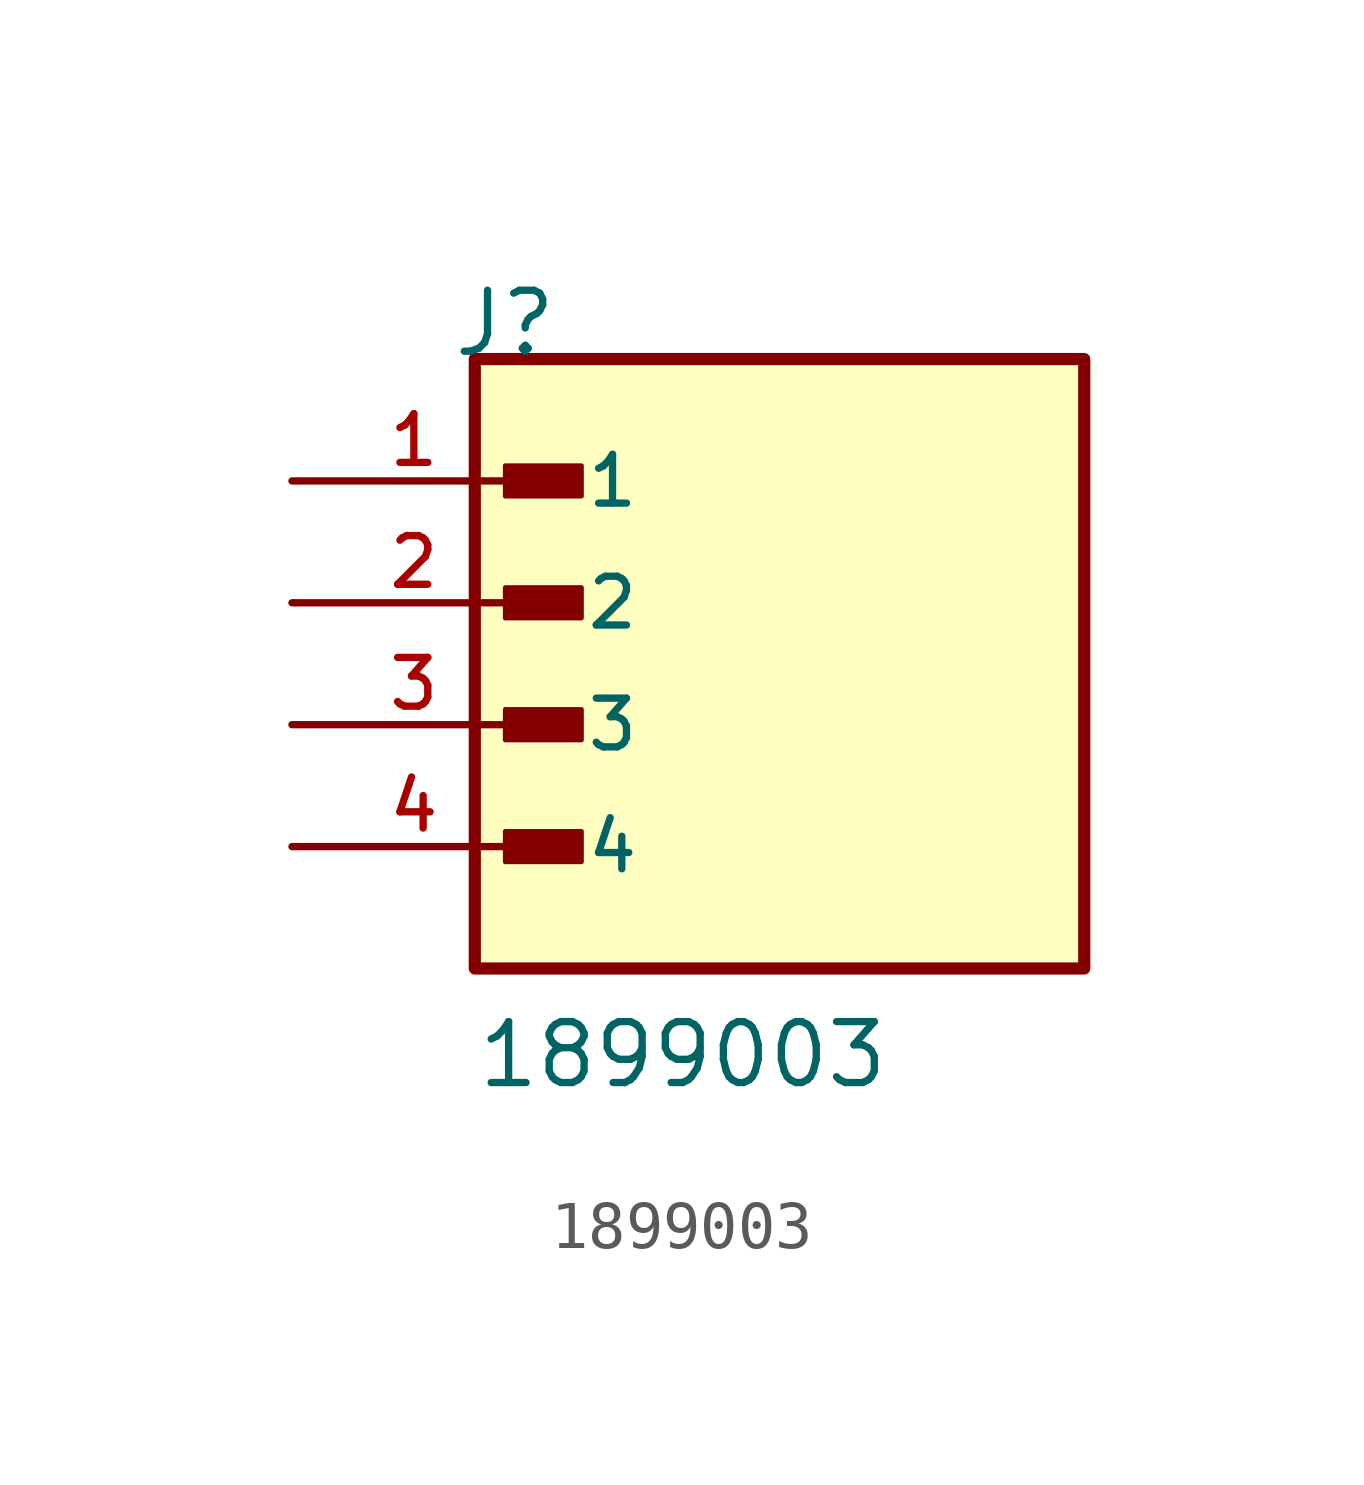
<source format=kicad_sym>
(kicad_symbol_lib
  (version 20211014)
  (generator kicad_symbol_editor)
  (symbol "1899003"
    (pin_names
      (offset 1.016))
    (property "Reference" "J"
      (at -6.85 7.62 0)
      (effects (font (size 1.27 1.27)) (justify bottom left)))
    (property "Value" "1899003"
      (at -6.35 -7.62 0)
      (effects (font (size 1.27 1.27)) (justify bottom left)))
    (symbol "1899003_0_0"
      (rectangle (start -5.715 4.763) (end -4.128 5.397) (stroke (width 0.1)) (fill (type outline)))
      (rectangle (start -5.715 2.223) (end -4.128 2.857) (stroke (width 0.1)) (fill (type outline)))
      (rectangle (start -5.715 -0.318) (end -4.128 0.318) (stroke (width 0.1)) (fill (type outline)))
      (rectangle (start -5.715 -2.857) (end -4.128 -2.223) (stroke (width 0.1)) (fill (type outline)))
      (rectangle (start -6.35 -5.08) (end 6.35 7.62) (stroke (width 0.254)) (fill (type background)))
      (pin passive line (at -10.16 5.08 0) (length 5.08) (name "1" (effects (font (size 1.016 1.016)))) (number "1" (effects (font (size 1.016 1.016)))))
      (pin passive line (at -10.16 2.54 0) (length 5.08) (name "2" (effects (font (size 1.016 1.016)))) (number "2" (effects (font (size 1.016 1.016)))))
      (pin passive line (at -10.16 0.0 0) (length 5.08) (name "3" (effects (font (size 1.016 1.016)))) (number "3" (effects (font (size 1.016 1.016)))))
      (pin passive line (at -10.16 -2.54 0) (length 5.08) (name "4" (effects (font (size 1.016 1.016)))) (number "4" (effects (font (size 1.016 1.016))))))))
</source>
